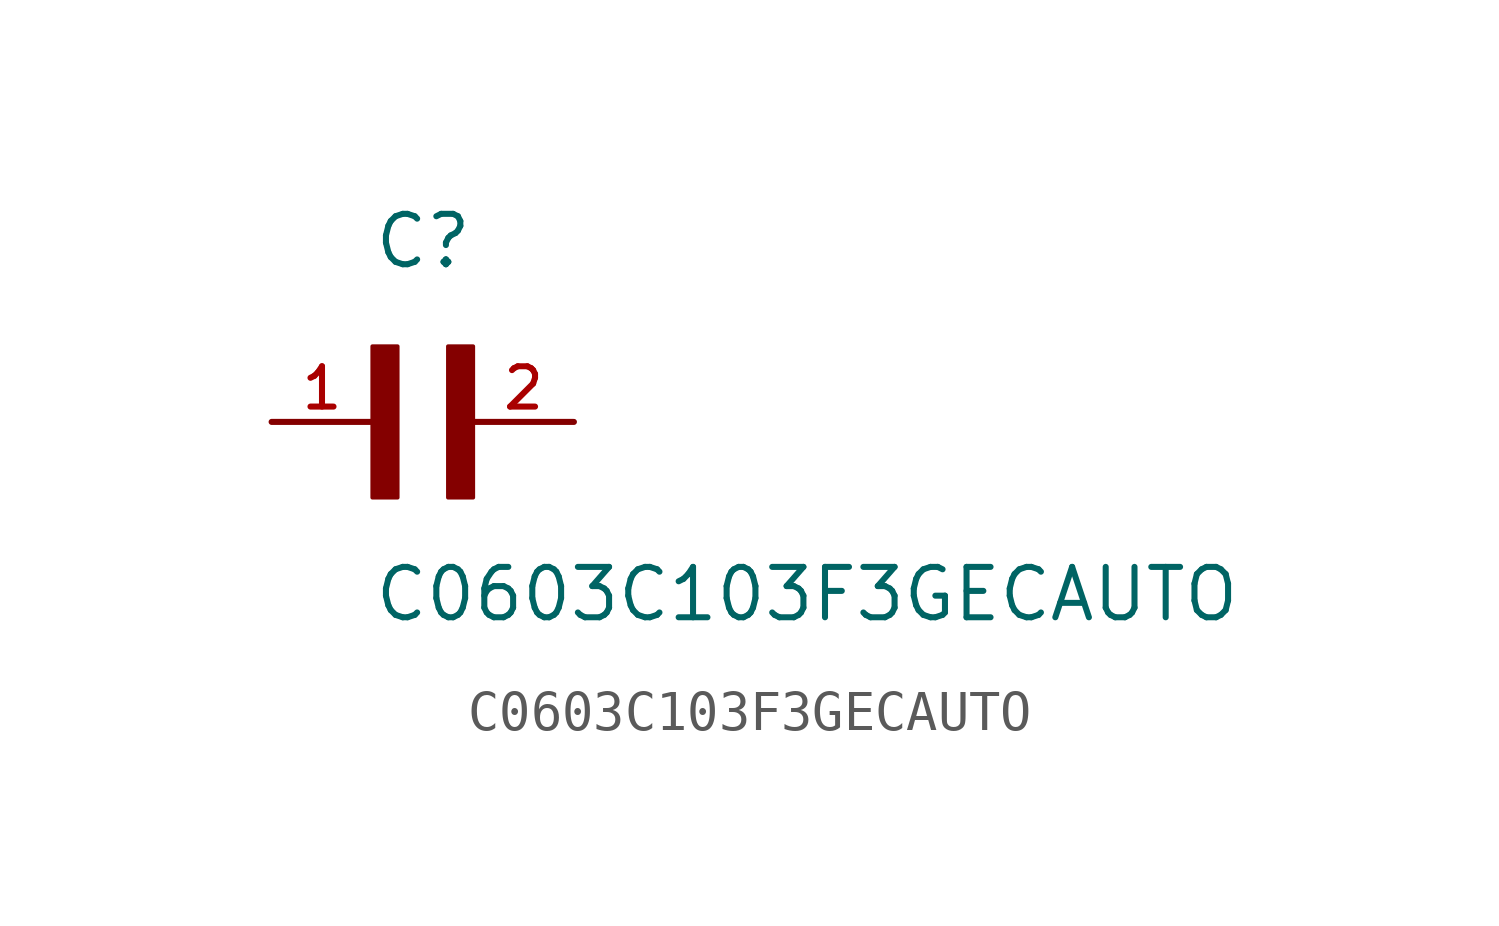
<source format=kicad_sym>
(kicad_symbol_lib
  (version 20211014)
  (generator kicad_symbol_editor)
  (symbol "C0603C103F3GECAUTO"
    (pin_names
      (offset 1.016))
    (property "Reference" "C"
      (at 0.0 3.811 0)
      (effects (font (size 1.27 1.27)) (justify bottom left)))
    (property "Value" "C0603C103F3GECAUTO"
      (at 0.0 -5.088 0)
      (effects (font (size 1.27 1.27)) (justify bottom left)))
    (symbol "C0603C103F3GECAUTO_0_0"
      (rectangle (start 0.0 -1.907) (end 0.635 1.905) (stroke (width 0.1)) (fill (type outline)))
      (rectangle (start 1.907 -1.907) (end 2.54 1.905) (stroke (width 0.1)) (fill (type outline)))
      (pin passive line (at 5.08 0.0 180.0) (length 2.54) (name "~" (effects (font (size 1.016 1.016)))) (number "2" (effects (font (size 1.016 1.016)))))
      (pin passive line (at -2.54 0.0 0) (length 2.54) (name "~" (effects (font (size 1.016 1.016)))) (number "1" (effects (font (size 1.016 1.016))))))))
</source>
